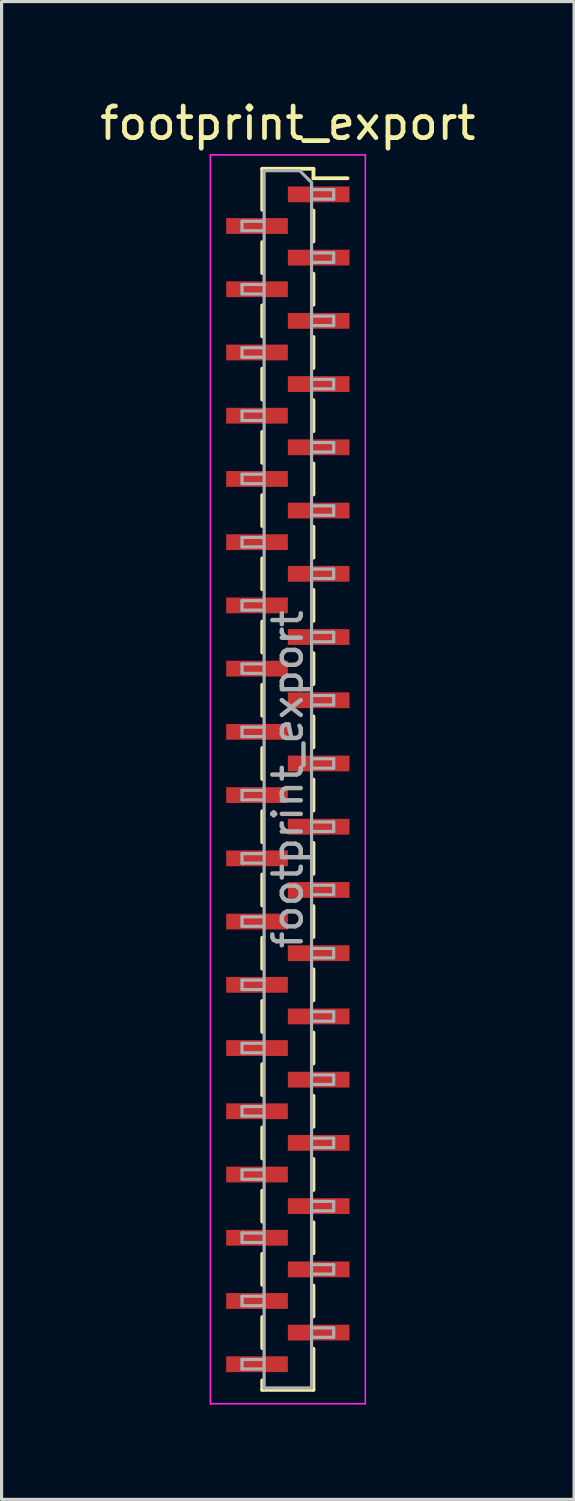
<source format=kicad_pcb>
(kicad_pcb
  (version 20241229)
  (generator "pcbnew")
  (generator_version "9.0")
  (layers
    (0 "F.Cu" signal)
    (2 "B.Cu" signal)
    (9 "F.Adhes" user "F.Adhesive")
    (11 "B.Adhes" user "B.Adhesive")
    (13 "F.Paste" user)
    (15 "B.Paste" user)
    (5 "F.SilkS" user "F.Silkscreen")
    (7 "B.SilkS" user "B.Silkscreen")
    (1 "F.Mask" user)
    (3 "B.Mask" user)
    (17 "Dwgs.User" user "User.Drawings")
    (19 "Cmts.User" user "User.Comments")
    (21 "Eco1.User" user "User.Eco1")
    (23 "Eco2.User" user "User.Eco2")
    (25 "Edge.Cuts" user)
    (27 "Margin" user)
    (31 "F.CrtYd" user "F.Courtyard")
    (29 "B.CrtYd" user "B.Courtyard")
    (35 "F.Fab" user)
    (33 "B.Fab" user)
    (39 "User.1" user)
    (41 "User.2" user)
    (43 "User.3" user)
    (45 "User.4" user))
  (footprint "footprint_export"
    (layer "F.Cu")
    (at 6.054 21.598)
    (property "Reference" "footprint_export" (at 0 -20.75 0) (layer "F.SilkS") (effects (font (size 1 1) (thickness 0.15))))
    (attr smd)
    (fp_line (start -0.81 -19.31) (end -0.81 -18.01) (stroke (width 0.12) (type solid)) (layer "F.SilkS"))
    (fp_line (start -0.81 -19.31) (end 0.81 -19.31) (stroke (width 0.12) (type solid)) (layer "F.SilkS"))
    (fp_line (start -0.81 -16.99) (end -0.81 -16.01) (stroke (width 0.12) (type solid)) (layer "F.SilkS"))
    (fp_line (start -0.81 -14.99) (end -0.81 -14.01) (stroke (width 0.12) (type solid)) (layer "F.SilkS"))
    (fp_line (start -0.81 -12.99) (end -0.81 -12.01) (stroke (width 0.12) (type solid)) (layer "F.SilkS"))
    (fp_line (start -0.81 -10.99) (end -0.81 -10.01) (stroke (width 0.12) (type solid)) (layer "F.SilkS"))
    (fp_line (start -0.81 -8.99) (end -0.81 -8.01) (stroke (width 0.12) (type solid)) (layer "F.SilkS"))
    (fp_line (start -0.81 -6.99) (end -0.81 -6.01) (stroke (width 0.12) (type solid)) (layer "F.SilkS"))
    (fp_line (start -0.81 -4.99) (end -0.81 -4.01) (stroke (width 0.12) (type solid)) (layer "F.SilkS"))
    (fp_line (start -0.81 -2.99) (end -0.81 -2.01) (stroke (width 0.12) (type solid)) (layer "F.SilkS"))
    (fp_line (start -0.81 -0.99) (end -0.81 -0.01) (stroke (width 0.12) (type solid)) (layer "F.SilkS"))
    (fp_line (start -0.81 1.01) (end -0.81 1.99) (stroke (width 0.12) (type solid)) (layer "F.SilkS"))
    (fp_line (start -0.81 3.01) (end -0.81 3.99) (stroke (width 0.12) (type solid)) (layer "F.SilkS"))
    (fp_line (start -0.81 5.01) (end -0.81 5.99) (stroke (width 0.12) (type solid)) (layer "F.SilkS"))
    (fp_line (start -0.81 7.01) (end -0.81 7.99) (stroke (width 0.12) (type solid)) (layer "F.SilkS"))
    (fp_line (start -0.81 9.01) (end -0.81 9.99) (stroke (width 0.12) (type solid)) (layer "F.SilkS"))
    (fp_line (start -0.81 11.01) (end -0.81 11.99) (stroke (width 0.12) (type solid)) (layer "F.SilkS"))
    (fp_line (start -0.81 13.01) (end -0.81 13.99) (stroke (width 0.12) (type solid)) (layer "F.SilkS"))
    (fp_line (start -0.81 15.01) (end -0.81 15.99) (stroke (width 0.12) (type solid)) (layer "F.SilkS"))
    (fp_line (start -0.81 17.01) (end -0.81 17.99) (stroke (width 0.12) (type solid)) (layer "F.SilkS"))
    (fp_line (start -0.81 19.01) (end -0.81 19.31) (stroke (width 0.12) (type solid)) (layer "F.SilkS"))
    (fp_line (start -0.81 19.31) (end 0.81 19.31) (stroke (width 0.12) (type solid)) (layer "F.SilkS"))
    (fp_line (start 0.81 -19.31) (end 0.81 -19.01) (stroke (width 0.12) (type solid)) (layer "F.SilkS"))
    (fp_line (start 0.81 -19.01) (end 1.89 -19.01) (stroke (width 0.12) (type solid)) (layer "F.SilkS"))
    (fp_line (start 0.81 -17.99) (end 0.81 -17.01) (stroke (width 0.12) (type solid)) (layer "F.SilkS"))
    (fp_line (start 0.81 -15.99) (end 0.81 -15.01) (stroke (width 0.12) (type solid)) (layer "F.SilkS"))
    (fp_line (start 0.81 -13.99) (end 0.81 -13.01) (stroke (width 0.12) (type solid)) (layer "F.SilkS"))
    (fp_line (start 0.81 -11.99) (end 0.81 -11.01) (stroke (width 0.12) (type solid)) (layer "F.SilkS"))
    (fp_line (start 0.81 -9.99) (end 0.81 -9.01) (stroke (width 0.12) (type solid)) (layer "F.SilkS"))
    (fp_line (start 0.81 -7.99) (end 0.81 -7.01) (stroke (width 0.12) (type solid)) (layer "F.SilkS"))
    (fp_line (start 0.81 -5.99) (end 0.81 -5.01) (stroke (width 0.12) (type solid)) (layer "F.SilkS"))
    (fp_line (start 0.81 -3.99) (end 0.81 -3.01) (stroke (width 0.12) (type solid)) (layer "F.SilkS"))
    (fp_line (start 0.81 -1.99) (end 0.81 -1.01) (stroke (width 0.12) (type solid)) (layer "F.SilkS"))
    (fp_line (start 0.81 0.01) (end 0.81 0.99) (stroke (width 0.12) (type solid)) (layer "F.SilkS"))
    (fp_line (start 0.81 2.01) (end 0.81 2.99) (stroke (width 0.12) (type solid)) (layer "F.SilkS"))
    (fp_line (start 0.81 4.01) (end 0.81 4.99) (stroke (width 0.12) (type solid)) (layer "F.SilkS"))
    (fp_line (start 0.81 6.01) (end 0.81 6.99) (stroke (width 0.12) (type solid)) (layer "F.SilkS"))
    (fp_line (start 0.81 8.01) (end 0.81 8.99) (stroke (width 0.12) (type solid)) (layer "F.SilkS"))
    (fp_line (start 0.81 10.01) (end 0.81 10.99) (stroke (width 0.12) (type solid)) (layer "F.SilkS"))
    (fp_line (start 0.81 12.01) (end 0.81 12.99) (stroke (width 0.12) (type solid)) (layer "F.SilkS"))
    (fp_line (start 0.81 14.01) (end 0.81 14.99) (stroke (width 0.12) (type solid)) (layer "F.SilkS"))
    (fp_line (start 0.81 16.01) (end 0.81 16.99) (stroke (width 0.12) (type solid)) (layer "F.SilkS"))
    (fp_line (start 0.81 18.01) (end 0.81 19.31) (stroke (width 0.12) (type solid)) (layer "F.SilkS"))
    (fp_line (start -2.45 -19.75) (end 2.45 -19.75) (stroke (width 0.05) (type solid)) (layer "F.CrtYd"))
    (fp_line (start -2.45 19.75) (end -2.45 -19.75) (stroke (width 0.05) (type solid)) (layer "F.CrtYd"))
    (fp_line (start 2.45 -19.75) (end 2.45 19.75) (stroke (width 0.05) (type solid)) (layer "F.CrtYd"))
    (fp_line (start 2.45 19.75) (end -2.45 19.75) (stroke (width 0.05) (type solid)) (layer "F.CrtYd"))
    (fp_line (start -1.45 -17.65) (end -0.75 -17.65) (stroke (width 0.1) (type solid)) (layer "F.Fab"))
    (fp_line (start -1.45 -17.35) (end -1.45 -17.65) (stroke (width 0.1) (type solid)) (layer "F.Fab"))
    (fp_line (start -1.45 -15.65) (end -0.75 -15.65) (stroke (width 0.1) (type solid)) (layer "F.Fab"))
    (fp_line (start -1.45 -15.35) (end -1.45 -15.65) (stroke (width 0.1) (type solid)) (layer "F.Fab"))
    (fp_line (start -1.45 -13.65) (end -0.75 -13.65) (stroke (width 0.1) (type solid)) (layer "F.Fab"))
    (fp_line (start -1.45 -13.35) (end -1.45 -13.65) (stroke (width 0.1) (type solid)) (layer "F.Fab"))
    (fp_line (start -1.45 -11.65) (end -0.75 -11.65) (stroke (width 0.1) (type solid)) (layer "F.Fab"))
    (fp_line (start -1.45 -11.35) (end -1.45 -11.65) (stroke (width 0.1) (type solid)) (layer "F.Fab"))
    (fp_line (start -1.45 -9.65) (end -0.75 -9.65) (stroke (width 0.1) (type solid)) (layer "F.Fab"))
    (fp_line (start -1.45 -9.35) (end -1.45 -9.65) (stroke (width 0.1) (type solid)) (layer "F.Fab"))
    (fp_line (start -1.45 -7.65) (end -0.75 -7.65) (stroke (width 0.1) (type solid)) (layer "F.Fab"))
    (fp_line (start -1.45 -7.35) (end -1.45 -7.65) (stroke (width 0.1) (type solid)) (layer "F.Fab"))
    (fp_line (start -1.45 -5.65) (end -0.75 -5.65) (stroke (width 0.1) (type solid)) (layer "F.Fab"))
    (fp_line (start -1.45 -5.35) (end -1.45 -5.65) (stroke (width 0.1) (type solid)) (layer "F.Fab"))
    (fp_line (start -1.45 -3.65) (end -0.75 -3.65) (stroke (width 0.1) (type solid)) (layer "F.Fab"))
    (fp_line (start -1.45 -3.35) (end -1.45 -3.65) (stroke (width 0.1) (type solid)) (layer "F.Fab"))
    (fp_line (start -1.45 -1.65) (end -0.75 -1.65) (stroke (width 0.1) (type solid)) (layer "F.Fab"))
    (fp_line (start -1.45 -1.35) (end -1.45 -1.65) (stroke (width 0.1) (type solid)) (layer "F.Fab"))
    (fp_line (start -1.45 0.35) (end -0.75 0.35) (stroke (width 0.1) (type solid)) (layer "F.Fab"))
    (fp_line (start -1.45 0.65) (end -1.45 0.35) (stroke (width 0.1) (type solid)) (layer "F.Fab"))
    (fp_line (start -1.45 2.35) (end -0.75 2.35) (stroke (width 0.1) (type solid)) (layer "F.Fab"))
    (fp_line (start -1.45 2.65) (end -1.45 2.35) (stroke (width 0.1) (type solid)) (layer "F.Fab"))
    (fp_line (start -1.45 4.35) (end -0.75 4.35) (stroke (width 0.1) (type solid)) (layer "F.Fab"))
    (fp_line (start -1.45 4.65) (end -1.45 4.35) (stroke (width 0.1) (type solid)) (layer "F.Fab"))
    (fp_line (start -1.45 6.35) (end -0.75 6.35) (stroke (width 0.1) (type solid)) (layer "F.Fab"))
    (fp_line (start -1.45 6.65) (end -1.45 6.35) (stroke (width 0.1) (type solid)) (layer "F.Fab"))
    (fp_line (start -1.45 8.35) (end -0.75 8.35) (stroke (width 0.1) (type solid)) (layer "F.Fab"))
    (fp_line (start -1.45 8.65) (end -1.45 8.35) (stroke (width 0.1) (type solid)) (layer "F.Fab"))
    (fp_line (start -1.45 10.35) (end -0.75 10.35) (stroke (width 0.1) (type solid)) (layer "F.Fab"))
    (fp_line (start -1.45 10.65) (end -1.45 10.35) (stroke (width 0.1) (type solid)) (layer "F.Fab"))
    (fp_line (start -1.45 12.35) (end -0.75 12.35) (stroke (width 0.1) (type solid)) (layer "F.Fab"))
    (fp_line (start -1.45 12.65) (end -1.45 12.35) (stroke (width 0.1) (type solid)) (layer "F.Fab"))
    (fp_line (start -1.45 14.35) (end -0.75 14.35) (stroke (width 0.1) (type solid)) (layer "F.Fab"))
    (fp_line (start -1.45 14.65) (end -1.45 14.35) (stroke (width 0.1) (type solid)) (layer "F.Fab"))
    (fp_line (start -1.45 16.35) (end -0.75 16.35) (stroke (width 0.1) (type solid)) (layer "F.Fab"))
    (fp_line (start -1.45 16.65) (end -1.45 16.35) (stroke (width 0.1) (type solid)) (layer "F.Fab"))
    (fp_line (start -1.45 18.35) (end -0.75 18.35) (stroke (width 0.1) (type solid)) (layer "F.Fab"))
    (fp_line (start -1.45 18.65) (end -1.45 18.35) (stroke (width 0.1) (type solid)) (layer "F.Fab"))
    (fp_line (start -0.75 -19.25) (end 0.375 -19.25) (stroke (width 0.1) (type solid)) (layer "F.Fab"))
    (fp_line (start -0.75 -17.35) (end -1.45 -17.35) (stroke (width 0.1) (type solid)) (layer "F.Fab"))
    (fp_line (start -0.75 -15.35) (end -1.45 -15.35) (stroke (width 0.1) (type solid)) (layer "F.Fab"))
    (fp_line (start -0.75 -13.35) (end -1.45 -13.35) (stroke (width 0.1) (type solid)) (layer "F.Fab"))
    (fp_line (start -0.75 -11.35) (end -1.45 -11.35) (stroke (width 0.1) (type solid)) (layer "F.Fab"))
    (fp_line (start -0.75 -9.35) (end -1.45 -9.35) (stroke (width 0.1) (type solid)) (layer "F.Fab"))
    (fp_line (start -0.75 -7.35) (end -1.45 -7.35) (stroke (width 0.1) (type solid)) (layer "F.Fab"))
    (fp_line (start -0.75 -5.35) (end -1.45 -5.35) (stroke (width 0.1) (type solid)) (layer "F.Fab"))
    (fp_line (start -0.75 -3.35) (end -1.45 -3.35) (stroke (width 0.1) (type solid)) (layer "F.Fab"))
    (fp_line (start -0.75 -1.35) (end -1.45 -1.35) (stroke (width 0.1) (type solid)) (layer "F.Fab"))
    (fp_line (start -0.75 0.65) (end -1.45 0.65) (stroke (width 0.1) (type solid)) (layer "F.Fab"))
    (fp_line (start -0.75 2.65) (end -1.45 2.65) (stroke (width 0.1) (type solid)) (layer "F.Fab"))
    (fp_line (start -0.75 4.65) (end -1.45 4.65) (stroke (width 0.1) (type solid)) (layer "F.Fab"))
    (fp_line (start -0.75 6.65) (end -1.45 6.65) (stroke (width 0.1) (type solid)) (layer "F.Fab"))
    (fp_line (start -0.75 8.65) (end -1.45 8.65) (stroke (width 0.1) (type solid)) (layer "F.Fab"))
    (fp_line (start -0.75 10.65) (end -1.45 10.65) (stroke (width 0.1) (type solid)) (layer "F.Fab"))
    (fp_line (start -0.75 12.65) (end -1.45 12.65) (stroke (width 0.1) (type solid)) (layer "F.Fab"))
    (fp_line (start -0.75 14.65) (end -1.45 14.65) (stroke (width 0.1) (type solid)) (layer "F.Fab"))
    (fp_line (start -0.75 16.65) (end -1.45 16.65) (stroke (width 0.1) (type solid)) (layer "F.Fab"))
    (fp_line (start -0.75 18.65) (end -1.45 18.65) (stroke (width 0.1) (type solid)) (layer "F.Fab"))
    (fp_line (start -0.75 19.25) (end -0.75 -19.25) (stroke (width 0.1) (type solid)) (layer "F.Fab"))
    (fp_line (start 0.375 -19.25) (end 0.75 -18.875) (stroke (width 0.1) (type solid)) (layer "F.Fab"))
    (fp_line (start 0.75 -18.875) (end 0.75 19.25) (stroke (width 0.1) (type solid)) (layer "F.Fab"))
    (fp_line (start 0.75 -18.65) (end 1.45 -18.65) (stroke (width 0.1) (type solid)) (layer "F.Fab"))
    (fp_line (start 0.75 -16.65) (end 1.45 -16.65) (stroke (width 0.1) (type solid)) (layer "F.Fab"))
    (fp_line (start 0.75 -14.65) (end 1.45 -14.65) (stroke (width 0.1) (type solid)) (layer "F.Fab"))
    (fp_line (start 0.75 -12.65) (end 1.45 -12.65) (stroke (width 0.1) (type solid)) (layer "F.Fab"))
    (fp_line (start 0.75 -10.65) (end 1.45 -10.65) (stroke (width 0.1) (type solid)) (layer "F.Fab"))
    (fp_line (start 0.75 -8.65) (end 1.45 -8.65) (stroke (width 0.1) (type solid)) (layer "F.Fab"))
    (fp_line (start 0.75 -6.65) (end 1.45 -6.65) (stroke (width 0.1) (type solid)) (layer "F.Fab"))
    (fp_line (start 0.75 -4.65) (end 1.45 -4.65) (stroke (width 0.1) (type solid)) (layer "F.Fab"))
    (fp_line (start 0.75 -2.65) (end 1.45 -2.65) (stroke (width 0.1) (type solid)) (layer "F.Fab"))
    (fp_line (start 0.75 -0.65) (end 1.45 -0.65) (stroke (width 0.1) (type solid)) (layer "F.Fab"))
    (fp_line (start 0.75 1.35) (end 1.45 1.35) (stroke (width 0.1) (type solid)) (layer "F.Fab"))
    (fp_line (start 0.75 3.35) (end 1.45 3.35) (stroke (width 0.1) (type solid)) (layer "F.Fab"))
    (fp_line (start 0.75 5.35) (end 1.45 5.35) (stroke (width 0.1) (type solid)) (layer "F.Fab"))
    (fp_line (start 0.75 7.35) (end 1.45 7.35) (stroke (width 0.1) (type solid)) (layer "F.Fab"))
    (fp_line (start 0.75 9.35) (end 1.45 9.35) (stroke (width 0.1) (type solid)) (layer "F.Fab"))
    (fp_line (start 0.75 11.35) (end 1.45 11.35) (stroke (width 0.1) (type solid)) (layer "F.Fab"))
    (fp_line (start 0.75 13.35) (end 1.45 13.35) (stroke (width 0.1) (type solid)) (layer "F.Fab"))
    (fp_line (start 0.75 15.35) (end 1.45 15.35) (stroke (width 0.1) (type solid)) (layer "F.Fab"))
    (fp_line (start 0.75 17.35) (end 1.45 17.35) (stroke (width 0.1) (type solid)) (layer "F.Fab"))
    (fp_line (start 0.75 19.25) (end -0.75 19.25) (stroke (width 0.1) (type solid)) (layer "F.Fab"))
    (fp_line (start 1.45 -18.65) (end 1.45 -18.35) (stroke (width 0.1) (type solid)) (layer "F.Fab"))
    (fp_line (start 1.45 -18.35) (end 0.75 -18.35) (stroke (width 0.1) (type solid)) (layer "F.Fab"))
    (fp_line (start 1.45 -16.65) (end 1.45 -16.35) (stroke (width 0.1) (type solid)) (layer "F.Fab"))
    (fp_line (start 1.45 -16.35) (end 0.75 -16.35) (stroke (width 0.1) (type solid)) (layer "F.Fab"))
    (fp_line (start 1.45 -14.65) (end 1.45 -14.35) (stroke (width 0.1) (type solid)) (layer "F.Fab"))
    (fp_line (start 1.45 -14.35) (end 0.75 -14.35) (stroke (width 0.1) (type solid)) (layer "F.Fab"))
    (fp_line (start 1.45 -12.65) (end 1.45 -12.35) (stroke (width 0.1) (type solid)) (layer "F.Fab"))
    (fp_line (start 1.45 -12.35) (end 0.75 -12.35) (stroke (width 0.1) (type solid)) (layer "F.Fab"))
    (fp_line (start 1.45 -10.65) (end 1.45 -10.35) (stroke (width 0.1) (type solid)) (layer "F.Fab"))
    (fp_line (start 1.45 -10.35) (end 0.75 -10.35) (stroke (width 0.1) (type solid)) (layer "F.Fab"))
    (fp_line (start 1.45 -8.65) (end 1.45 -8.35) (stroke (width 0.1) (type solid)) (layer "F.Fab"))
    (fp_line (start 1.45 -8.35) (end 0.75 -8.35) (stroke (width 0.1) (type solid)) (layer "F.Fab"))
    (fp_line (start 1.45 -6.65) (end 1.45 -6.35) (stroke (width 0.1) (type solid)) (layer "F.Fab"))
    (fp_line (start 1.45 -6.35) (end 0.75 -6.35) (stroke (width 0.1) (type solid)) (layer "F.Fab"))
    (fp_line (start 1.45 -4.65) (end 1.45 -4.35) (stroke (width 0.1) (type solid)) (layer "F.Fab"))
    (fp_line (start 1.45 -4.35) (end 0.75 -4.35) (stroke (width 0.1) (type solid)) (layer "F.Fab"))
    (fp_line (start 1.45 -2.65) (end 1.45 -2.35) (stroke (width 0.1) (type solid)) (layer "F.Fab"))
    (fp_line (start 1.45 -2.35) (end 0.75 -2.35) (stroke (width 0.1) (type solid)) (layer "F.Fab"))
    (fp_line (start 1.45 -0.65) (end 1.45 -0.35) (stroke (width 0.1) (type solid)) (layer "F.Fab"))
    (fp_line (start 1.45 -0.35) (end 0.75 -0.35) (stroke (width 0.1) (type solid)) (layer "F.Fab"))
    (fp_line (start 1.45 1.35) (end 1.45 1.65) (stroke (width 0.1) (type solid)) (layer "F.Fab"))
    (fp_line (start 1.45 1.65) (end 0.75 1.65) (stroke (width 0.1) (type solid)) (layer "F.Fab"))
    (fp_line (start 1.45 3.35) (end 1.45 3.65) (stroke (width 0.1) (type solid)) (layer "F.Fab"))
    (fp_line (start 1.45 3.65) (end 0.75 3.65) (stroke (width 0.1) (type solid)) (layer "F.Fab"))
    (fp_line (start 1.45 5.35) (end 1.45 5.65) (stroke (width 0.1) (type solid)) (layer "F.Fab"))
    (fp_line (start 1.45 5.65) (end 0.75 5.65) (stroke (width 0.1) (type solid)) (layer "F.Fab"))
    (fp_line (start 1.45 7.35) (end 1.45 7.65) (stroke (width 0.1) (type solid)) (layer "F.Fab"))
    (fp_line (start 1.45 7.65) (end 0.75 7.65) (stroke (width 0.1) (type solid)) (layer "F.Fab"))
    (fp_line (start 1.45 9.35) (end 1.45 9.65) (stroke (width 0.1) (type solid)) (layer "F.Fab"))
    (fp_line (start 1.45 9.65) (end 0.75 9.65) (stroke (width 0.1) (type solid)) (layer "F.Fab"))
    (fp_line (start 1.45 11.35) (end 1.45 11.65) (stroke (width 0.1) (type solid)) (layer "F.Fab"))
    (fp_line (start 1.45 11.65) (end 0.75 11.65) (stroke (width 0.1) (type solid)) (layer "F.Fab"))
    (fp_line (start 1.45 13.35) (end 1.45 13.65) (stroke (width 0.1) (type solid)) (layer "F.Fab"))
    (fp_line (start 1.45 13.65) (end 0.75 13.65) (stroke (width 0.1) (type solid)) (layer "F.Fab"))
    (fp_line (start 1.45 15.35) (end 1.45 15.65) (stroke (width 0.1) (type solid)) (layer "F.Fab"))
    (fp_line (start 1.45 15.65) (end 0.75 15.65) (stroke (width 0.1) (type solid)) (layer "F.Fab"))
    (fp_line (start 1.45 17.35) (end 1.45 17.65) (stroke (width 0.1) (type solid)) (layer "F.Fab"))
    (fp_line (start 1.45 17.65) (end 0.75 17.65) (stroke (width 0.1) (type solid)) (layer "F.Fab"))
    (fp_text user "${REFERENCE}" (at 0 0 90) (layer "F.Fab") (effects (font (size 0.9 0.9) (thickness 0.14))))
    (pad "1" smd rect (at 0.975 -18.5) (size 1.95 0.5) (layers "F.Cu" "F.Mask" "F.Paste"))
    (pad "2" smd rect (at -0.975 -17.5) (size 1.95 0.5) (layers "F.Cu" "F.Mask" "F.Paste"))
    (pad "3" smd rect (at 0.975 -16.5) (size 1.95 0.5) (layers "F.Cu" "F.Mask" "F.Paste"))
    (pad "4" smd rect (at -0.975 -15.5) (size 1.95 0.5) (layers "F.Cu" "F.Mask" "F.Paste"))
    (pad "5" smd rect (at 0.975 -14.5) (size 1.95 0.5) (layers "F.Cu" "F.Mask" "F.Paste"))
    (pad "6" smd rect (at -0.975 -13.5) (size 1.95 0.5) (layers "F.Cu" "F.Mask" "F.Paste"))
    (pad "7" smd rect (at 0.975 -12.5) (size 1.95 0.5) (layers "F.Cu" "F.Mask" "F.Paste"))
    (pad "8" smd rect (at -0.975 -11.5) (size 1.95 0.5) (layers "F.Cu" "F.Mask" "F.Paste"))
    (pad "9" smd rect (at 0.975 -10.5) (size 1.95 0.5) (layers "F.Cu" "F.Mask" "F.Paste"))
    (pad "10" smd rect (at -0.975 -9.5) (size 1.95 0.5) (layers "F.Cu" "F.Mask" "F.Paste"))
    (pad "11" smd rect (at 0.975 -8.5) (size 1.95 0.5) (layers "F.Cu" "F.Mask" "F.Paste"))
    (pad "12" smd rect (at -0.975 -7.5) (size 1.95 0.5) (layers "F.Cu" "F.Mask" "F.Paste"))
    (pad "13" smd rect (at 0.975 -6.5) (size 1.95 0.5) (layers "F.Cu" "F.Mask" "F.Paste"))
    (pad "14" smd rect (at -0.975 -5.5) (size 1.95 0.5) (layers "F.Cu" "F.Mask" "F.Paste"))
    (pad "15" smd rect (at 0.975 -4.5) (size 1.95 0.5) (layers "F.Cu" "F.Mask" "F.Paste"))
    (pad "16" smd rect (at -0.975 -3.5) (size 1.95 0.5) (layers "F.Cu" "F.Mask" "F.Paste"))
    (pad "17" smd rect (at 0.975 -2.5) (size 1.95 0.5) (layers "F.Cu" "F.Mask" "F.Paste"))
    (pad "18" smd rect (at -0.975 -1.5) (size 1.95 0.5) (layers "F.Cu" "F.Mask" "F.Paste"))
    (pad "19" smd rect (at 0.975 -0.5) (size 1.95 0.5) (layers "F.Cu" "F.Mask" "F.Paste"))
    (pad "20" smd rect (at -0.975 0.5) (size 1.95 0.5) (layers "F.Cu" "F.Mask" "F.Paste"))
    (pad "21" smd rect (at 0.975 1.5) (size 1.95 0.5) (layers "F.Cu" "F.Mask" "F.Paste"))
    (pad "22" smd rect (at -0.975 2.5) (size 1.95 0.5) (layers "F.Cu" "F.Mask" "F.Paste"))
    (pad "23" smd rect (at 0.975 3.5) (size 1.95 0.5) (layers "F.Cu" "F.Mask" "F.Paste"))
    (pad "24" smd rect (at -0.975 4.5) (size 1.95 0.5) (layers "F.Cu" "F.Mask" "F.Paste"))
    (pad "25" smd rect (at 0.975 5.5) (size 1.95 0.5) (layers "F.Cu" "F.Mask" "F.Paste"))
    (pad "26" smd rect (at -0.975 6.5) (size 1.95 0.5) (layers "F.Cu" "F.Mask" "F.Paste"))
    (pad "27" smd rect (at 0.975 7.5) (size 1.95 0.5) (layers "F.Cu" "F.Mask" "F.Paste"))
    (pad "28" smd rect (at -0.975 8.5) (size 1.95 0.5) (layers "F.Cu" "F.Mask" "F.Paste"))
    (pad "29" smd rect (at 0.975 9.5) (size 1.95 0.5) (layers "F.Cu" "F.Mask" "F.Paste"))
    (pad "30" smd rect (at -0.975 10.5) (size 1.95 0.5) (layers "F.Cu" "F.Mask" "F.Paste"))
    (pad "31" smd rect (at 0.975 11.5) (size 1.95 0.5) (layers "F.Cu" "F.Mask" "F.Paste"))
    (pad "32" smd rect (at -0.975 12.5) (size 1.95 0.5) (layers "F.Cu" "F.Mask" "F.Paste"))
    (pad "33" smd rect (at 0.975 13.5) (size 1.95 0.5) (layers "F.Cu" "F.Mask" "F.Paste"))
    (pad "34" smd rect (at -0.975 14.5) (size 1.95 0.5) (layers "F.Cu" "F.Mask" "F.Paste"))
    (pad "35" smd rect (at 0.975 15.5) (size 1.95 0.5) (layers "F.Cu" "F.Mask" "F.Paste"))
    (pad "36" smd rect (at -0.975 16.5) (size 1.95 0.5) (layers "F.Cu" "F.Mask" "F.Paste"))
    (pad "37" smd rect (at 0.975 17.5) (size 1.95 0.5) (layers "F.Cu" "F.Mask" "F.Paste"))
    (pad "38" smd rect (at -0.975 18.5) (size 1.95 0.5) (layers "F.Cu" "F.Mask" "F.Paste")))
  (gr_rect
    (start -3 -3)
    (end 15.107 44.373)
    (stroke (width 0.1) (type default))
    (fill no)
    (layer "Edge.Cuts")))
</source>
